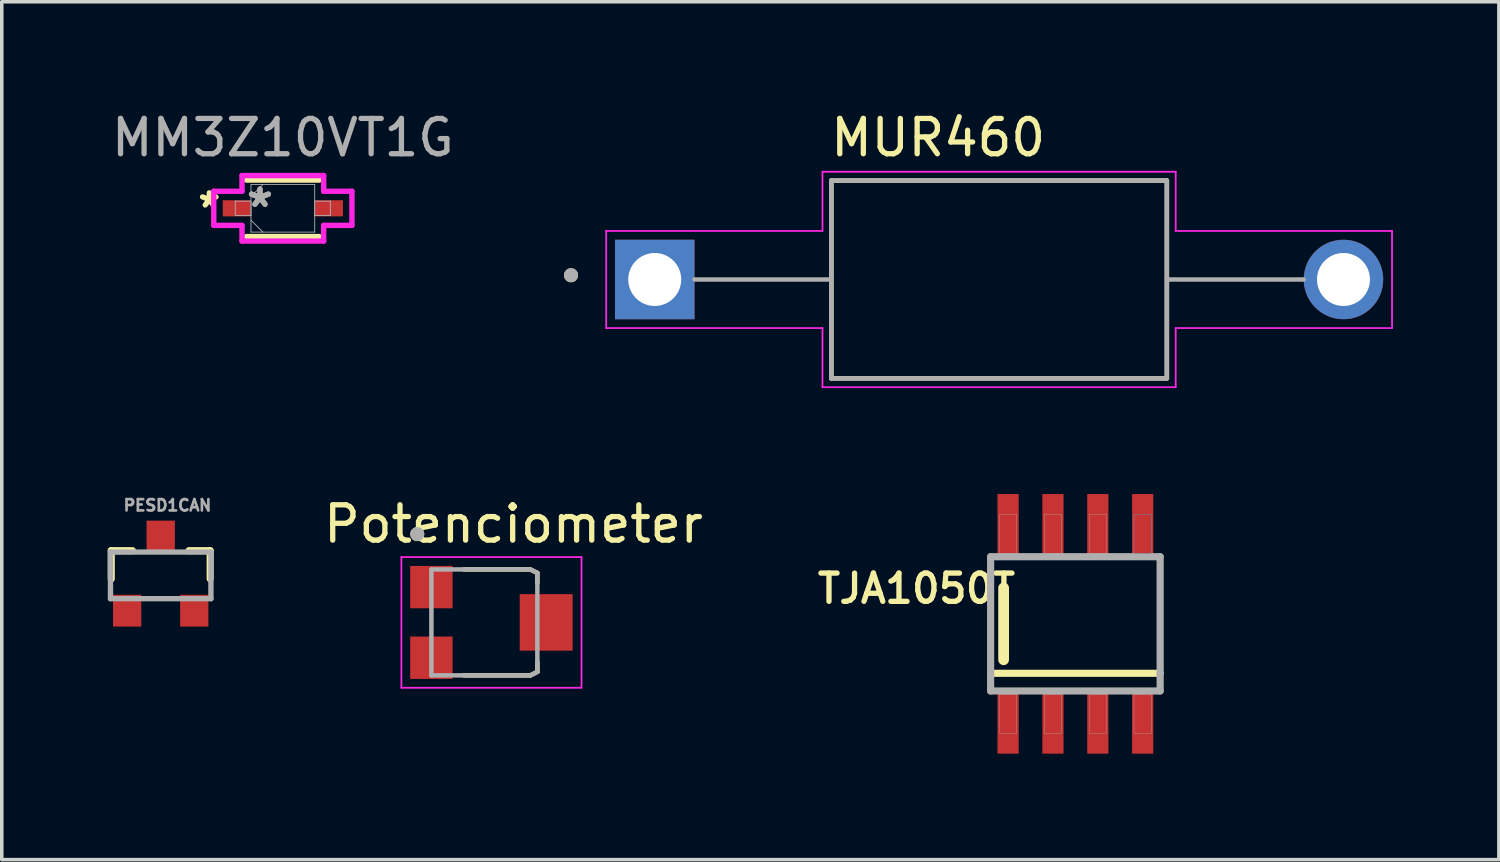
<source format=kicad_pcb>
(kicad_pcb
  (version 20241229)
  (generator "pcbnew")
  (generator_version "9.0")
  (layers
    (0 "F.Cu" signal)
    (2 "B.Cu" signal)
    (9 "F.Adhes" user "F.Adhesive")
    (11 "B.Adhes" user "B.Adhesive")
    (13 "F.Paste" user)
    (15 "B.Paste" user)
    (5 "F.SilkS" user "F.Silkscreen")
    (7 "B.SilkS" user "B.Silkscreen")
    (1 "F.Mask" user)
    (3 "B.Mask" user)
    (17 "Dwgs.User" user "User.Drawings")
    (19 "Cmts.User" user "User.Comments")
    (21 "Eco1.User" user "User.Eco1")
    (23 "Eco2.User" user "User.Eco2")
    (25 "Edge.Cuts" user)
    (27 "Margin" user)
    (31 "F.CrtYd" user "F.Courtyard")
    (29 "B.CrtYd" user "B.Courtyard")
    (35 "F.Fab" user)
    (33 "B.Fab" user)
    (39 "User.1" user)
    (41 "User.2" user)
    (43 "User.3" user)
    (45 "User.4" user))
  (footprint "MM3Z10VT1G"
    (layer "F.Cu")
    (at 4.958 2.848)
    (property "Reference" "MM3Z10VT1G" (at 0 -2 0) (unlocked yes) (layer "F.Fab") (effects (font (size 1 1) (thickness 0.15))))
    (attr smd)
    (fp_line (start -1.029 0.8) (end 1.029 0.8) (stroke (width 0.152) (type solid)) (layer "F.SilkS"))
    (fp_line (start 1.029 -0.8) (end -1.029 -0.8) (stroke (width 0.152) (type solid)) (layer "F.SilkS"))
    (fp_line (start -1.956 -0.483) (end -1.156 -0.483) (stroke (width 0.152) (type solid)) (layer "F.CrtYd"))
    (fp_line (start -1.956 0.483) (end -1.956 -0.483) (stroke (width 0.152) (type solid)) (layer "F.CrtYd"))
    (fp_line (start -1.156 -0.927) (end 1.156 -0.927) (stroke (width 0.152) (type solid)) (layer "F.CrtYd"))
    (fp_line (start -1.156 -0.483) (end -1.156 -0.927) (stroke (width 0.152) (type solid)) (layer "F.CrtYd"))
    (fp_line (start -1.156 0.483) (end -1.956 0.483) (stroke (width 0.152) (type solid)) (layer "F.CrtYd"))
    (fp_line (start -1.156 0.927) (end -1.156 0.483) (stroke (width 0.152) (type solid)) (layer "F.CrtYd"))
    (fp_line (start 1.156 -0.927) (end 1.156 -0.483) (stroke (width 0.152) (type solid)) (layer "F.CrtYd"))
    (fp_line (start 1.156 -0.483) (end 1.956 -0.483) (stroke (width 0.152) (type solid)) (layer "F.CrtYd"))
    (fp_line (start 1.156 0.483) (end 1.156 0.927) (stroke (width 0.152) (type solid)) (layer "F.CrtYd"))
    (fp_line (start 1.156 0.927) (end -1.156 0.927) (stroke (width 0.152) (type solid)) (layer "F.CrtYd"))
    (fp_line (start 1.956 -0.483) (end 1.956 0.483) (stroke (width 0.152) (type solid)) (layer "F.CrtYd"))
    (fp_line (start 1.956 0.483) (end 1.156 0.483) (stroke (width 0.152) (type solid)) (layer "F.CrtYd"))
    (fp_line (start -1.346 -0.203) (end -1.346 0.203) (stroke (width 0.025) (type solid)) (layer "F.Fab"))
    (fp_line (start -1.346 0.203) (end -0.902 0.203) (stroke (width 0.025) (type solid)) (layer "F.Fab"))
    (fp_line (start -0.902 -0.673) (end -0.902 0.673) (stroke (width 0.025) (type solid)) (layer "F.Fab"))
    (fp_line (start -0.902 -0.337) (end -0.565 -0.673) (stroke (width 0.025) (type solid)) (layer "F.Fab"))
    (fp_line (start -0.902 -0.203) (end -1.346 -0.203) (stroke (width 0.025) (type solid)) (layer "F.Fab"))
    (fp_line (start -0.902 0.203) (end -0.902 -0.203) (stroke (width 0.025) (type solid)) (layer "F.Fab"))
    (fp_line (start -0.902 0.337) (end -0.565 0.673) (stroke (width 0.025) (type solid)) (layer "F.Fab"))
    (fp_line (start -0.902 0.673) (end 0.902 0.673) (stroke (width 0.025) (type solid)) (layer "F.Fab"))
    (fp_line (start 0.902 -0.673) (end -0.902 -0.673) (stroke (width 0.025) (type solid)) (layer "F.Fab"))
    (fp_line (start 0.902 -0.203) (end 0.902 0.203) (stroke (width 0.025) (type solid)) (layer "F.Fab"))
    (fp_line (start 0.902 0.203) (end 1.346 0.203) (stroke (width 0.025) (type solid)) (layer "F.Fab"))
    (fp_line (start 0.902 0.673) (end 0.902 -0.673) (stroke (width 0.025) (type solid)) (layer "F.Fab"))
    (fp_line (start 1.346 -0.203) (end 0.902 -0.203) (stroke (width 0.025) (type solid)) (layer "F.Fab"))
    (fp_line (start 1.346 0.203) (end 1.346 -0.203) (stroke (width 0.025) (type solid)) (layer "F.Fab"))
    (fp_text user "*" (at -2.083 0 0) (layer "F.SilkS") (effects (font (size 0.8 0.8) (thickness 0.15))))
    (fp_text user "*" (at -0.648 0 0) (unlocked yes) (layer "F.Fab") (effects (font (size 1 1) (thickness 0.15))))
    (fp_text user "*" (at -0.648 0 0) (layer "F.Fab") (effects (font (size 1 1) (thickness 0.15))))
    (pad "1" smd rect (at -1.308 0) (size 0.787 0.457) (layers "F.Cu" "F.Mask" "F.Paste"))
    (pad "2" smd rect (at 1.308 0) (size 0.787 0.457) (layers "F.Cu" "F.Mask" "F.Paste")))
  (footprint "MUR460"
    (layer "F.Cu")
    (at 25.237 4.863)
    (property "Reference" "MUR460" (at -1.725 -4.015 0) (layer "F.SilkS") (effects (font (size 1 1) (thickness 0.15))))
    (attr through_hole)
    (fp_line (start -4.75 -2.8) (end -4.75 2.8) (stroke (width 0.127) (type solid)) (layer "F.SilkS"))
    (fp_line (start -4.75 2.8) (end 4.75 2.8) (stroke (width 0.127) (type solid)) (layer "F.SilkS"))
    (fp_line (start 4.75 -2.8) (end -4.75 -2.8) (stroke (width 0.127) (type solid)) (layer "F.SilkS"))
    (fp_line (start 4.75 2.8) (end 4.75 -2.8) (stroke (width 0.127) (type solid)) (layer "F.SilkS"))
    (fp_circle (center -12.12 -0.12) (end -12.02 -0.12) (stroke (width 0.2) (type solid)) (fill no) (layer "F.SilkS"))
    (fp_line (start -11.125 -1.375) (end -5 -1.375) (stroke (width 0.05) (type solid)) (layer "F.CrtYd"))
    (fp_line (start -11.125 1.375) (end -11.125 -1.375) (stroke (width 0.05) (type solid)) (layer "F.CrtYd"))
    (fp_line (start -5 -3.05) (end 5 -3.05) (stroke (width 0.05) (type solid)) (layer "F.CrtYd"))
    (fp_line (start -5 -1.375) (end -5 -3.05) (stroke (width 0.05) (type solid)) (layer "F.CrtYd"))
    (fp_line (start -5 1.375) (end -11.125 1.375) (stroke (width 0.05) (type solid)) (layer "F.CrtYd"))
    (fp_line (start -5 3.05) (end -5 1.375) (stroke (width 0.05) (type solid)) (layer "F.CrtYd"))
    (fp_line (start 5 -3.05) (end 5 -1.375) (stroke (width 0.05) (type solid)) (layer "F.CrtYd"))
    (fp_line (start 5 -1.375) (end 11.125 -1.375) (stroke (width 0.05) (type solid)) (layer "F.CrtYd"))
    (fp_line (start 5 1.375) (end 5 3.05) (stroke (width 0.05) (type solid)) (layer "F.CrtYd"))
    (fp_line (start 5 3.05) (end -5 3.05) (stroke (width 0.05) (type solid)) (layer "F.CrtYd"))
    (fp_line (start 11.125 -1.375) (end 11.125 1.375) (stroke (width 0.05) (type solid)) (layer "F.CrtYd"))
    (fp_line (start 11.125 1.375) (end 5 1.375) (stroke (width 0.05) (type solid)) (layer "F.CrtYd"))
    (fp_line (start -8.625 0) (end -4.75 0) (stroke (width 0.127) (type solid)) (layer "F.Fab"))
    (fp_line (start -4.75 -2.8) (end -4.75 0) (stroke (width 0.127) (type solid)) (layer "F.Fab"))
    (fp_line (start -4.75 0) (end -4.75 2.8) (stroke (width 0.127) (type solid)) (layer "F.Fab"))
    (fp_line (start -4.75 2.8) (end 4.75 2.8) (stroke (width 0.127) (type solid)) (layer "F.Fab"))
    (fp_line (start 4.75 -2.8) (end -4.75 -2.8) (stroke (width 0.127) (type solid)) (layer "F.Fab"))
    (fp_line (start 4.75 2.8) (end 4.75 -2.8) (stroke (width 0.127) (type solid)) (layer "F.Fab"))
    (fp_line (start 8.625 0) (end 4.75 0) (stroke (width 0.127) (type solid)) (layer "F.Fab"))
    (fp_circle (center -12.12 -0.12) (end -12.02 -0.12) (stroke (width 0.2) (type solid)) (fill no) (layer "F.Fab"))
    (pad "A" thru_hole circle (at 9.75 0) (size 2.25 2.25) (drill 1.5) (layers "*.Cu" "*.Mask"))
    (pad "C" thru_hole rect (at -9.75 0) (size 2.25 2.25) (drill 1.5) (layers "*.Cu" "*.Mask")))
  (footprint "PESD1CAN"
    (layer "F.Cu")
    (at 1.5 13.24)
    (property "Reference" "PESD1CAN" (at 0.191 -1.983 0) (layer "F.Fab") (effects (font (size 0.32 0.32) (thickness 0.075))))
    (attr smd)
    (fp_line (start -1.4 -0.7) (end -1.4 0.1) (stroke (width 0.2) (type solid)) (layer "F.SilkS"))
    (fp_line (start -0.8 -0.7) (end -1.4 -0.7) (stroke (width 0.2) (type solid)) (layer "F.SilkS"))
    (fp_line (start 0.8 -0.7) (end 1.4 -0.7) (stroke (width 0.2) (type solid)) (layer "F.SilkS"))
    (fp_line (start 1.4 -0.7) (end 1.4 0.1) (stroke (width 0.2) (type solid)) (layer "F.SilkS"))
    (fp_line (start -1.422 -0.66) (end 1.422 -0.66) (stroke (width 0.152) (type solid)) (layer "F.Fab"))
    (fp_line (start -1.422 0.66) (end -1.422 -0.66) (stroke (width 0.152) (type solid)) (layer "F.Fab"))
    (fp_line (start 1.422 -0.66) (end 1.422 0.66) (stroke (width 0.152) (type solid)) (layer "F.Fab"))
    (fp_line (start 1.422 0.66) (end -1.422 0.66) (stroke (width 0.152) (type solid)) (layer "F.Fab"))
    (pad "1" smd rect (at -0.95 1) (size 0.8 0.9) (layers "F.Cu" "F.Mask" "F.Paste"))
    (pad "2" smd rect (at 0.95 1) (size 0.8 0.9) (layers "F.Cu" "F.Mask" "F.Paste"))
    (pad "3" smd rect (at 0 -1.1) (size 0.8 0.9) (layers "F.Cu" "F.Mask" "F.Paste")))
  (footprint "Potenciometer"
    (layer "F.Cu")
    (at 10.764 14.572)
    (property "Reference" "Potenciometer" (at 0.725 -2.785 0) (layer "F.SilkS") (effects (font (size 1 1) (thickness 0.15))))
    (attr smd)
    (fp_line (start -0.68 -1.5) (end 1.2 -1.5) (stroke (width 0.127) (type solid)) (layer "F.SilkS"))
    (fp_line (start -0.68 1.5) (end 1.2 1.5) (stroke (width 0.127) (type solid)) (layer "F.SilkS"))
    (fp_line (start 1.2 -1.5) (end 1.4 -1.4) (stroke (width 0.127) (type solid)) (layer "F.SilkS"))
    (fp_line (start 1.2 1.5) (end 1.4 1.4) (stroke (width 0.127) (type solid)) (layer "F.SilkS"))
    (fp_line (start 1.4 -1.4) (end 1.4 -1.12) (stroke (width 0.127) (type solid)) (layer "F.SilkS"))
    (fp_line (start 1.4 1.4) (end 1.4 1.12) (stroke (width 0.127) (type solid)) (layer "F.SilkS"))
    (fp_circle (center -2 -2.5) (end -1.9 -2.5) (stroke (width 0.2) (type solid)) (fill no) (layer "F.SilkS"))
    (fp_line (start -2.45 -1.85) (end -2.45 1.85) (stroke (width 0.05) (type solid)) (layer "F.CrtYd"))
    (fp_line (start -2.45 1.85) (end 2.65 1.85) (stroke (width 0.05) (type solid)) (layer "F.CrtYd"))
    (fp_line (start 2.65 -1.85) (end -2.45 -1.85) (stroke (width 0.05) (type solid)) (layer "F.CrtYd"))
    (fp_line (start 2.65 1.85) (end 2.65 -1.85) (stroke (width 0.05) (type solid)) (layer "F.CrtYd"))
    (fp_line (start -1.6 -1.5) (end -1.6 1.5) (stroke (width 0.127) (type solid)) (layer "F.Fab"))
    (fp_line (start -1.6 -1.5) (end 1.2 -1.5) (stroke (width 0.127) (type solid)) (layer "F.Fab"))
    (fp_line (start -1.6 1.5) (end 1.2 1.5) (stroke (width 0.127) (type solid)) (layer "F.Fab"))
    (fp_line (start 1.2 -1.5) (end 1.4 -1.4) (stroke (width 0.127) (type solid)) (layer "F.Fab"))
    (fp_line (start 1.2 1.5) (end 1.4 1.4) (stroke (width 0.127) (type solid)) (layer "F.Fab"))
    (fp_line (start 1.4 -1.4) (end 1.4 1.4) (stroke (width 0.127) (type solid)) (layer "F.Fab"))
    (fp_circle (center -2 -2.5) (end -1.9 -2.5) (stroke (width 0.2) (type solid)) (fill no) (layer "F.Fab"))
    (pad "1" smd rect (at -1.6 -1) (size 1.2 1.2) (layers "F.Cu" "F.Mask" "F.Paste"))
    (pad "2" smd rect (at 1.65 0) (size 1.5 1.6) (layers "F.Cu" "F.Mask" "F.Paste"))
    (pad "3" smd rect (at -1.6 1) (size 1.2 1.2) (layers "F.Cu" "F.Mask" "F.Paste")))
  (footprint "TJA1050T"
    (layer "F.Cu")
    (at 27.397 14.613)
    (property "Reference" "TJA1050T" (at -4.5 -1 180) (layer "F.SilkS") (effects (font (size 0.8 0.8) (thickness 0.15))))
    (attr smd)
    (fp_line (start -2.032 1.016) (end -2.032 -1.016) (stroke (width 0.305) (type solid)) (layer "F.SilkS"))
    (fp_line (start 2.4 1.4) (end -2.4 1.4) (stroke (width 0.203) (type solid)) (layer "F.SilkS"))
    (fp_poly (pts (xy 1.66 -3.1) (xy 2.15 -3.1) (xy 2.15 -2) (xy 1.66 -2)) (stroke (width 0.01) (type solid)) (fill no) (layer "B.Fab"))
    (fp_line (start -2.4 -1.9) (end 2.4 -1.9) (stroke (width 0.203) (type solid)) (layer "F.Fab"))
    (fp_line (start -2.4 1.4) (end -2.4 -1.9) (stroke (width 0.203) (type solid)) (layer "F.Fab"))
    (fp_line (start -2.4 1.9) (end -2.4 1.4) (stroke (width 0.203) (type solid)) (layer "F.Fab"))
    (fp_line (start 2.4 -1.9) (end 2.4 1.4) (stroke (width 0.203) (type solid)) (layer "F.Fab"))
    (fp_line (start 2.4 1.4) (end 2.4 1.9) (stroke (width 0.203) (type solid)) (layer "F.Fab"))
    (fp_line (start 2.4 1.9) (end -2.4 1.9) (stroke (width 0.203) (type solid)) (layer "F.Fab"))
    (fp_poly (pts (xy -2.15 -3.1) (xy -1.66 -3.1) (xy -1.66 -2) (xy -2.15 -2)) (stroke (width 0.01) (type solid)) (fill no) (layer "F.Fab"))
    (fp_poly (pts (xy -2.15 2) (xy -1.66 2) (xy -1.66 3.1) (xy -2.15 3.1)) (stroke (width 0.01) (type solid)) (fill no) (layer "F.Fab"))
    (fp_poly (pts (xy -0.88 -3.1) (xy -0.39 -3.1) (xy -0.39 -2) (xy -0.88 -2)) (stroke (width 0.01) (type solid)) (fill no) (layer "F.Fab"))
    (fp_poly (pts (xy -0.88 2) (xy -0.39 2) (xy -0.39 3.1) (xy -0.88 3.1)) (stroke (width 0.01) (type solid)) (fill no) (layer "F.Fab"))
    (fp_poly (pts (xy 0.39 -3.1) (xy 0.88 -3.1) (xy 0.88 -2) (xy 0.39 -2)) (stroke (width 0.01) (type solid)) (fill no) (layer "F.Fab"))
    (fp_poly (pts (xy 0.39 2) (xy 0.88 2) (xy 0.88 3.1) (xy 0.39 3.1)) (stroke (width 0.01) (type solid)) (fill no) (layer "F.Fab"))
    (fp_poly (pts (xy 1.66 -3.1) (xy 2.15 -3.1) (xy 2.15 -2) (xy 1.66 -2)) (stroke (width 0.01) (type solid)) (fill no) (layer "F.Fab"))
    (fp_poly (pts (xy 1.66 2) (xy 2.15 2) (xy 2.15 3.1) (xy 1.66 3.1)) (stroke (width 0.01) (type solid)) (fill no) (layer "F.Fab"))
    (pad "1" smd rect (at -1.905 2.8) (size 0.6 1.75) (layers "F.Cu" "F.Mask" "F.Paste"))
    (pad "2" smd rect (at -0.635 2.8) (size 0.6 1.75) (layers "F.Cu" "F.Mask" "F.Paste"))
    (pad "3" smd rect (at 0.635 2.8) (size 0.6 1.75) (layers "F.Cu" "F.Mask" "F.Paste"))
    (pad "4" smd rect (at 1.905 2.8) (size 0.6 1.75) (layers "F.Cu" "F.Mask" "F.Paste"))
    (pad "5" smd rect (at 1.905 -2.8) (size 0.6 1.75) (layers "F.Cu" "F.Mask" "F.Paste"))
    (pad "6" smd rect (at 0.635 -2.8) (size 0.6 1.75) (layers "F.Cu" "F.Mask" "F.Paste"))
    (pad "7" smd rect (at -0.635 -2.8) (size 0.6 1.75) (layers "F.Cu" "F.Mask" "F.Paste"))
    (pad "8" smd rect (at -1.905 -2.8) (size 0.6 1.75) (layers "F.Cu" "F.Mask" "F.Paste")))
  (gr_rect
    (start -3 -3)
    (end 39.387 21.288)
    (stroke (width 0.1) (type default))
    (fill no)
    (layer "Edge.Cuts")))
</source>
